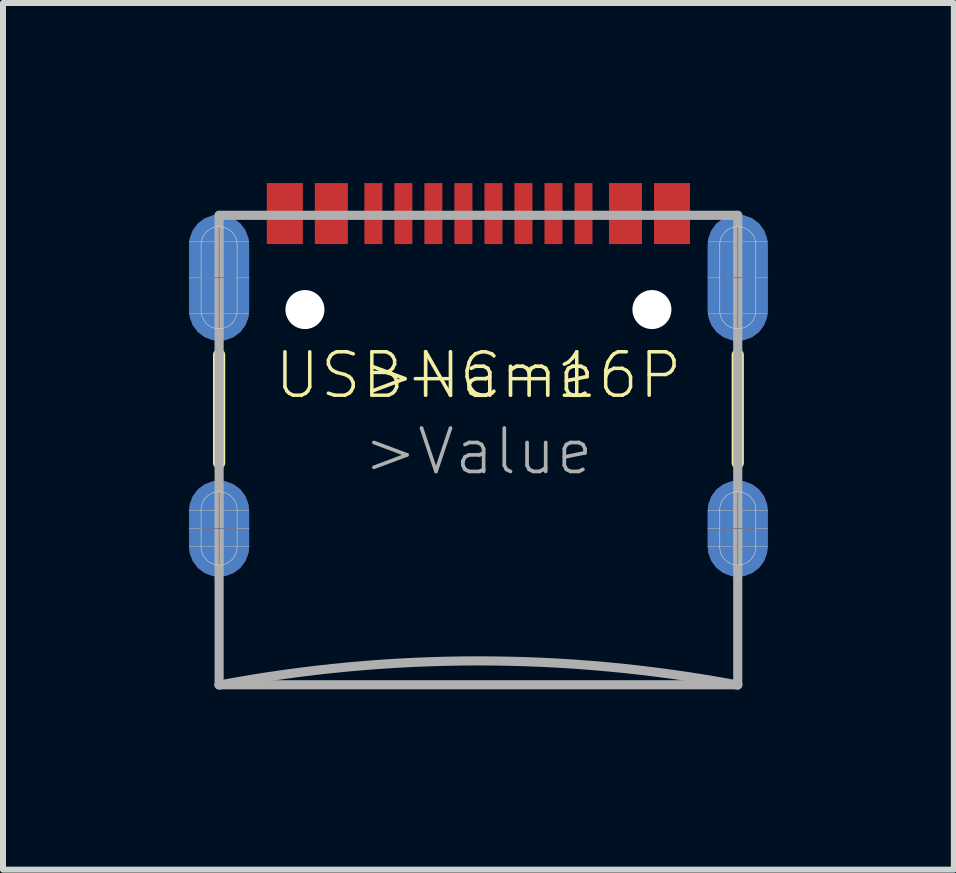
<source format=kicad_pcb>
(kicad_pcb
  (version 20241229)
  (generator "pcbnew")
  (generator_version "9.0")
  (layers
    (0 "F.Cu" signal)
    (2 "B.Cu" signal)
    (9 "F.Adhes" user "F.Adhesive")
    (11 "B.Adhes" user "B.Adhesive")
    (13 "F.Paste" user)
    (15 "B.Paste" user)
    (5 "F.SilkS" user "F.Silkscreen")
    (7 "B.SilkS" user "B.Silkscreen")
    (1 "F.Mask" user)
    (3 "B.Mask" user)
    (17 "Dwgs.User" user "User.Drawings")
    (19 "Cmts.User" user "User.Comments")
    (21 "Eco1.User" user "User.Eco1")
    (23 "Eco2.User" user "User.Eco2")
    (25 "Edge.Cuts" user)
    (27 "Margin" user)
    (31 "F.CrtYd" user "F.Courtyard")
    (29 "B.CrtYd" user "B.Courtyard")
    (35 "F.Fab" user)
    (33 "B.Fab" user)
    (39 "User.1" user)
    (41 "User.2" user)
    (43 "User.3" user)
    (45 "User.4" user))
  (footprint "USB-C-16P"
    (layer "F.Cu")
    (at 4.92 0.662)
    (property "Reference" "USB-C-16P" (at 0 2.54 180) (layer "F.SilkS") (effects (font (size 0.724 0.724) (thickness 0.058))))
    (attr through_hole)
    (fp_poly (pts (xy -4.92 1.52) (xy -4.92 0.32) (xy -4.885 0.143) (xy -4.796 -0.015) (xy -4.664 -0.138) (xy -4.32 -0.235) (xy -4.14 -0.214) (xy -3.976 -0.138) (xy -3.844 -0.015) (xy -3.755 0.143) (xy -3.72 0.32) (xy -3.72 1.52) (xy -3.757 1.696) (xy -3.846 1.851) (xy -3.978 1.972) (xy -4.32 2.065) (xy -4.498 2.045) (xy -4.662 1.972) (xy -4.794 1.851)) (stroke (width 0) (type solid)) (fill yes) (layer "F.Mask"))
    (fp_poly (pts (xy -4.92 5.4) (xy -4.92 4.8) (xy -4.891 4.614) (xy -4.806 4.445) (xy -4.674 4.312) (xy -4.506 4.225) (xy -4.32 4.195) (xy -4.134 4.225) (xy -3.966 4.312) (xy -3.834 4.445) (xy -3.72 4.8) (xy -3.72 5.4) (xy -3.75 5.585) (xy -3.836 5.751) (xy -3.968 5.882) (xy -4.32 5.995) (xy -4.505 5.967) (xy -4.672 5.882) (xy -4.804 5.751)) (stroke (width 0) (type solid)) (fill yes) (layer "F.Mask"))
    (fp_poly (pts (xy 3.72 1.52) (xy 3.72 0.32) (xy 3.755 0.143) (xy 3.844 -0.015) (xy 3.976 -0.138) (xy 4.32 -0.235) (xy 4.5 -0.214) (xy 4.664 -0.138) (xy 4.796 -0.015) (xy 4.885 0.143) (xy 4.92 0.32) (xy 4.92 1.52) (xy 4.883 1.696) (xy 4.794 1.851) (xy 4.662 1.972) (xy 4.32 2.065) (xy 4.142 2.045) (xy 3.978 1.972) (xy 3.846 1.851)) (stroke (width 0) (type solid)) (fill yes) (layer "F.Mask"))
    (fp_poly (pts (xy 3.72 5.4) (xy 3.72 4.8) (xy 3.749 4.614) (xy 3.834 4.445) (xy 3.966 4.312) (xy 4.134 4.225) (xy 4.32 4.195) (xy 4.506 4.225) (xy 4.674 4.312) (xy 4.806 4.445) (xy 4.92 4.8) (xy 4.92 5.4) (xy 4.89 5.585) (xy 4.804 5.751) (xy 4.672 5.882) (xy 4.32 5.995) (xy 4.135 5.967) (xy 3.968 5.882) (xy 3.836 5.751)) (stroke (width 0) (type solid)) (fill yes) (layer "F.Mask"))
    (fp_poly (pts (xy -4.02 1.465) (xy -4.043 1.58) (xy -4.108 1.677) (xy -4.205 1.742) (xy -4.32 1.765) (xy -4.435 1.742) (xy -4.532 1.677) (xy -4.62 1.465) (xy -4.62 0.365) (xy -4.597 0.25) (xy -4.532 0.153) (xy -4.435 0.088) (xy -4.32 0.065) (xy -4.205 0.088) (xy -4.108 0.153) (xy -4.02 0.365)) (stroke (width 0) (type solid)) (fill yes) (layer "B.Mask"))
    (fp_poly (pts (xy -4.02 5.4) (xy -4.043 5.515) (xy -4.108 5.612) (xy -4.205 5.677) (xy -4.32 5.7) (xy -4.435 5.677) (xy -4.532 5.612) (xy -4.62 5.4) (xy -4.62 4.78) (xy -4.597 4.665) (xy -4.532 4.568) (xy -4.435 4.503) (xy -4.32 4.48) (xy -4.205 4.503) (xy -4.108 4.568) (xy -4.02 4.78)) (stroke (width 0) (type solid)) (fill yes) (layer "B.Mask"))
    (fp_poly (pts (xy 4.02 4.78) (xy 4.02 5.4) (xy 4.043 5.515) (xy 4.108 5.612) (xy 4.205 5.677) (xy 4.32 5.7) (xy 4.435 5.677) (xy 4.532 5.612) (xy 4.62 5.4) (xy 4.62 4.78) (xy 4.597 4.665) (xy 4.532 4.568) (xy 4.435 4.503) (xy 4.32 4.48) (xy 4.205 4.503) (xy 4.108 4.568)) (stroke (width 0) (type solid)) (fill yes) (layer "B.Mask"))
    (fp_poly (pts (xy 4.62 1.465) (xy 4.597 1.58) (xy 4.532 1.677) (xy 4.435 1.742) (xy 4.32 1.765) (xy 4.205 1.742) (xy 4.108 1.677) (xy 4.02 1.465) (xy 4.02 0.365) (xy 4.043 0.25) (xy 4.108 0.153) (xy 4.205 0.088) (xy 4.32 0.065) (xy 4.435 0.088) (xy 4.532 0.153) (xy 4.62 0.365)) (stroke (width 0) (type solid)) (fill yes) (layer "B.Mask"))
    (fp_line (start -4.32 2.2) (end -4.32 4) (stroke (width 0.203) (type solid)) (layer "F.SilkS"))
    (fp_line (start 4.32 2.2) (end 4.32 4) (stroke (width 0.203) (type solid)) (layer "F.SilkS"))
    (fp_poly (pts (xy -4.92 1.52) (xy -4.92 0.32) (xy -4.885 0.143) (xy -4.796 -0.015) (xy -4.664 -0.138) (xy -4.32 -0.235) (xy -4.14 -0.214) (xy -3.976 -0.138) (xy -3.844 -0.015) (xy -3.755 0.143) (xy -3.72 0.32) (xy -3.72 1.52) (xy -3.757 1.696) (xy -3.846 1.851) (xy -3.978 1.972) (xy -4.32 2.065) (xy -4.498 2.045) (xy -4.662 1.972) (xy -4.794 1.851)) (stroke (width 0) (type solid)) (fill yes) (layer "F.Paste"))
    (fp_poly (pts (xy -4.92 5.4) (xy -4.92 4.8) (xy -4.891 4.614) (xy -4.806 4.445) (xy -4.674 4.312) (xy -4.506 4.225) (xy -4.32 4.195) (xy -4.134 4.225) (xy -3.966 4.312) (xy -3.834 4.445) (xy -3.72 4.8) (xy -3.72 5.4) (xy -3.75 5.585) (xy -3.836 5.751) (xy -3.968 5.882) (xy -4.32 5.995) (xy -4.505 5.967) (xy -4.672 5.882) (xy -4.804 5.751)) (stroke (width 0) (type solid)) (fill yes) (layer "F.Paste"))
    (fp_poly (pts (xy 3.72 1.52) (xy 3.72 0.32) (xy 3.755 0.143) (xy 3.844 -0.015) (xy 3.976 -0.138) (xy 4.32 -0.235) (xy 4.5 -0.214) (xy 4.664 -0.138) (xy 4.796 -0.015) (xy 4.885 0.143) (xy 4.92 0.32) (xy 4.92 1.52) (xy 4.883 1.696) (xy 4.794 1.851) (xy 4.662 1.972) (xy 4.32 2.065) (xy 4.142 2.045) (xy 3.978 1.972) (xy 3.846 1.851)) (stroke (width 0) (type solid)) (fill yes) (layer "F.Paste"))
    (fp_poly (pts (xy 3.72 5.4) (xy 3.72 4.8) (xy 3.749 4.614) (xy 3.834 4.445) (xy 3.966 4.312) (xy 4.134 4.225) (xy 4.32 4.195) (xy 4.506 4.225) (xy 4.674 4.312) (xy 4.806 4.445) (xy 4.92 4.8) (xy 4.92 5.4) (xy 4.89 5.585) (xy 4.804 5.751) (xy 4.672 5.882) (xy 4.32 5.995) (xy 4.135 5.967) (xy 3.968 5.882) (xy 3.836 5.751)) (stroke (width 0) (type solid)) (fill yes) (layer "F.Paste"))
    (fp_line (start -4.62 1.465) (end -4.62 0.365) (stroke (width 0.01) (type solid)) (layer "Edge.Cuts"))
    (fp_line (start -4.62 5.4) (end -4.62 4.78) (stroke (width 0.01) (type solid)) (layer "Edge.Cuts"))
    (fp_line (start -4.02 1.465) (end -4.02 0.365) (stroke (width 0.01) (type solid)) (layer "Edge.Cuts"))
    (fp_line (start -4.02 5.4) (end -4.02 4.78) (stroke (width 0.01) (type solid)) (layer "Edge.Cuts"))
    (fp_line (start 4.02 1.465) (end 4.02 0.365) (stroke (width 0.01) (type solid)) (layer "Edge.Cuts"))
    (fp_line (start 4.02 5.4) (end 4.02 4.78) (stroke (width 0.01) (type solid)) (layer "Edge.Cuts"))
    (fp_line (start 4.62 1.465) (end 4.62 0.365) (stroke (width 0.01) (type solid)) (layer "Edge.Cuts"))
    (fp_line (start 4.62 5.4) (end 4.62 4.78) (stroke (width 0.01) (type solid)) (layer "Edge.Cuts"))
    (fp_arc (start -4.62 0.365) (mid -4.32 0.065) (end -4.02 0.365) (stroke (width 0.01) (type solid)) (layer "Edge.Cuts"))
    (fp_arc (start -4.62 4.78) (mid -4.32 4.48) (end -4.02 4.78) (stroke (width 0.01) (type solid)) (layer "Edge.Cuts"))
    (fp_arc (start -4.02 1.465) (mid -4.32 1.765) (end -4.62 1.465) (stroke (width 0.01) (type solid)) (layer "Edge.Cuts"))
    (fp_arc (start -4.02 5.4) (mid -4.32 5.7) (end -4.62 5.4) (stroke (width 0.01) (type solid)) (layer "Edge.Cuts"))
    (fp_arc (start 4.02 0.365) (mid 4.32 0.065) (end 4.62 0.365) (stroke (width 0.01) (type solid)) (layer "Edge.Cuts"))
    (fp_arc (start 4.02 4.78) (mid 4.32 4.48) (end 4.62 4.78) (stroke (width 0.01) (type solid)) (layer "Edge.Cuts"))
    (fp_arc (start 4.62 1.465) (mid 4.32 1.765) (end 4.02 1.465) (stroke (width 0.01) (type solid)) (layer "Edge.Cuts"))
    (fp_arc (start 4.62 5.4) (mid 4.32 5.7) (end 4.02 5.4) (stroke (width 0.01) (type solid)) (layer "Edge.Cuts"))
    (fp_line (start -4.62 0.915) (end -4.02 0.915) (stroke (width 0.01) (type solid)) (layer "B.Fab"))
    (fp_line (start -4.62 5.095) (end -4.02 5.095) (stroke (width 0.01) (type solid)) (layer "B.Fab"))
    (fp_line (start -4.32 0.065) (end -4.32 1.765) (stroke (width 0.01) (type solid)) (layer "B.Fab"))
    (fp_line (start -4.32 4.495) (end -4.32 5.695) (stroke (width 0.01) (type solid)) (layer "B.Fab"))
    (fp_line (start 4.02 0.915) (end 4.62 0.915) (stroke (width 0.01) (type solid)) (layer "B.Fab"))
    (fp_line (start 4.02 5.095) (end 4.62 5.095) (stroke (width 0.01) (type solid)) (layer "B.Fab"))
    (fp_line (start 4.32 0.065) (end 4.32 1.765) (stroke (width 0.01) (type solid)) (layer "B.Fab"))
    (fp_line (start 4.32 4.495) (end 4.32 5.695) (stroke (width 0.01) (type solid)) (layer "B.Fab"))
    (fp_line (start -4.82 0.315) (end -3.82 0.315) (stroke (width 0.01) (type solid)) (layer "F.Fab"))
    (fp_line (start -4.82 0.915) (end -3.82 0.915) (stroke (width 0.01) (type solid)) (layer "F.Fab"))
    (fp_line (start -4.82 1.515) (end -3.82 1.515) (stroke (width 0.01) (type solid)) (layer "F.Fab"))
    (fp_line (start -4.82 4.795) (end -3.82 4.795) (stroke (width 0.01) (type solid)) (layer "F.Fab"))
    (fp_line (start -4.82 5.095) (end -3.82 5.095) (stroke (width 0.01) (type solid)) (layer "F.Fab"))
    (fp_line (start -4.82 5.395) (end -3.82 5.395) (stroke (width 0.01) (type solid)) (layer "F.Fab"))
    (fp_line (start -4.32 -0.135) (end -4.32 -0.125) (stroke (width 0.01) (type solid)) (layer "F.Fab"))
    (fp_line (start -4.32 -0.125) (end -4.32 1.965) (stroke (width 0.01) (type solid)) (layer "F.Fab"))
    (fp_line (start -4.32 -0.125) (end 4.32 -0.125) (stroke (width 0.152) (type solid)) (layer "F.Fab"))
    (fp_line (start -4.32 4.295) (end -4.32 5.895) (stroke (width 0.01) (type solid)) (layer "F.Fab"))
    (fp_line (start -4.32 7.695) (end -4.32 -0.125) (stroke (width 0.152) (type solid)) (layer "F.Fab"))
    (fp_line (start -4.32 7.695) (end 4.32 7.695) (stroke (width 0.152) (type solid)) (layer "F.Fab"))
    (fp_line (start 3.82 0.315) (end 4.82 0.315) (stroke (width 0.01) (type solid)) (layer "F.Fab"))
    (fp_line (start 3.82 0.915) (end 4.82 0.915) (stroke (width 0.01) (type solid)) (layer "F.Fab"))
    (fp_line (start 3.82 1.515) (end 4.82 1.515) (stroke (width 0.01) (type solid)) (layer "F.Fab"))
    (fp_line (start 3.82 4.795) (end 4.82 4.795) (stroke (width 0.01) (type solid)) (layer "F.Fab"))
    (fp_line (start 3.82 5.095) (end 4.82 5.095) (stroke (width 0.01) (type solid)) (layer "F.Fab"))
    (fp_line (start 3.82 5.395) (end 4.82 5.395) (stroke (width 0.01) (type solid)) (layer "F.Fab"))
    (fp_line (start 4.32 -0.135) (end 4.32 -0.125) (stroke (width 0.01) (type solid)) (layer "F.Fab"))
    (fp_line (start 4.32 -0.125) (end 4.32 1.965) (stroke (width 0.01) (type solid)) (layer "F.Fab"))
    (fp_line (start 4.32 -0.125) (end 4.32 7.695) (stroke (width 0.152) (type solid)) (layer "F.Fab"))
    (fp_line (start 4.32 4.295) (end 4.32 5.895) (stroke (width 0.01) (type solid)) (layer "F.Fab"))
    (fp_arc (start -4.32 7.7) (mid 0 7.297675) (end 4.32 7.7) (stroke (width 0.1524) (type solid)) (layer "F.Fab"))
    (fp_text user ">Name" (at 0 2.54 0) (layer "F.SilkS") (effects (font (size 0.724 0.724) (thickness 0.061))))
    (fp_text user ">Value" (at 0 3.81 0) (layer "F.Fab") (effects (font (size 0.724 0.724) (thickness 0.061))))
    (pad "" np_thru_hole circle (at -2.89 1.445) (size 0.65 0.65) (drill 0.65) (layers "*.Cu" "*.Mask"))
    (pad "" np_thru_hole circle (at 2.89 1.445) (size 0.65 0.65) (drill 0.65) (layers "*.Cu" "*.Mask"))
    (pad "A5" smd rect (at -1.25 -0.154 180) (size 0.3 1.016) (layers "F.Cu" "F.Mask" "F.Paste"))
    (pad "A6" smd rect (at -0.25 -0.154 180) (size 0.3 1.016) (layers "F.Cu" "F.Mask" "F.Paste"))
    (pad "A7" smd rect (at 0.25 -0.154) (size 0.3 1.016) (layers "F.Cu" "F.Mask" "F.Paste"))
    (pad "A8" smd rect (at 1.25 -0.154) (size 0.3 1.016) (layers "F.Cu" "F.Mask" "F.Paste"))
    (pad "B5" smd rect (at 1.75 -0.154) (size 0.3 1.016) (layers "F.Cu" "F.Mask" "F.Paste"))
    (pad "B6" smd rect (at 0.75 -0.154) (size 0.3 1.016) (layers "F.Cu" "F.Mask" "F.Paste"))
    (pad "B7" smd rect (at -0.75 -0.154 180) (size 0.3 1.016) (layers "F.Cu" "F.Mask" "F.Paste"))
    (pad "B8" smd rect (at -1.75 -0.154 180) (size 0.3 1.016) (layers "F.Cu" "F.Mask" "F.Paste"))
    (pad "GND" smd rect (at -3.225 -0.154 180) (size 0.6 1.016) (layers "F.Cu" "F.Mask" "F.Paste"))
    (pad "GND2" smd rect (at 3.225 -0.154) (size 0.6 1.016) (layers "F.Cu" "F.Mask" "F.Paste"))
    (pad "SHLD1" smd roundrect (at -4.32 0.915 180) (size 1 2.1) (layers "F.Cu" "F.Mask") (roundrect_rratio 0.5))
    (pad "SHLD2" smd roundrect (at 4.32 0.915 180) (size 1 2.1) (layers "F.Cu" "F.Mask") (roundrect_rratio 0.5))
    (pad "SHLD3" smd roundrect (at -4.32 0.915) (size 1 2.1) (layers "B.Cu" "B.Mask") (roundrect_rratio 0.5))
    (pad "SHLD4" smd roundrect (at 4.32 0.915) (size 1 2.1) (layers "B.Cu" "B.Mask") (roundrect_rratio 0.5))
    (pad "SHLD5" smd roundrect (at -4.32 5.095 180) (size 1 1.6) (layers "F.Cu" "F.Mask") (roundrect_rratio 0.5))
    (pad "SHLD6" smd roundrect (at -4.32 5.095) (size 1 1.6) (layers "B.Cu" "B.Mask") (roundrect_rratio 0.5))
    (pad "SHLD7" smd roundrect (at 4.32 5.095) (size 1 1.6) (layers "B.Cu" "B.Mask") (roundrect_rratio 0.5))
    (pad "SHLD8" smd roundrect (at 4.32 5.095 180) (size 1 1.6) (layers "F.Cu" "F.Mask") (roundrect_rratio 0.5))
    (pad "VBUS1" smd rect (at -2.45 -0.154 180) (size 0.55 1.016) (layers "F.Cu" "F.Mask" "F.Paste"))
    (pad "VBUS2" smd rect (at 2.45 -0.154) (size 0.55 1.016) (layers "F.Cu" "F.Mask" "F.Paste")))
  (gr_rect
    (start -3 -3)
    (end 12.84 11.438)
    (stroke (width 0.1) (type default))
    (fill no)
    (layer "Edge.Cuts")))
</source>
